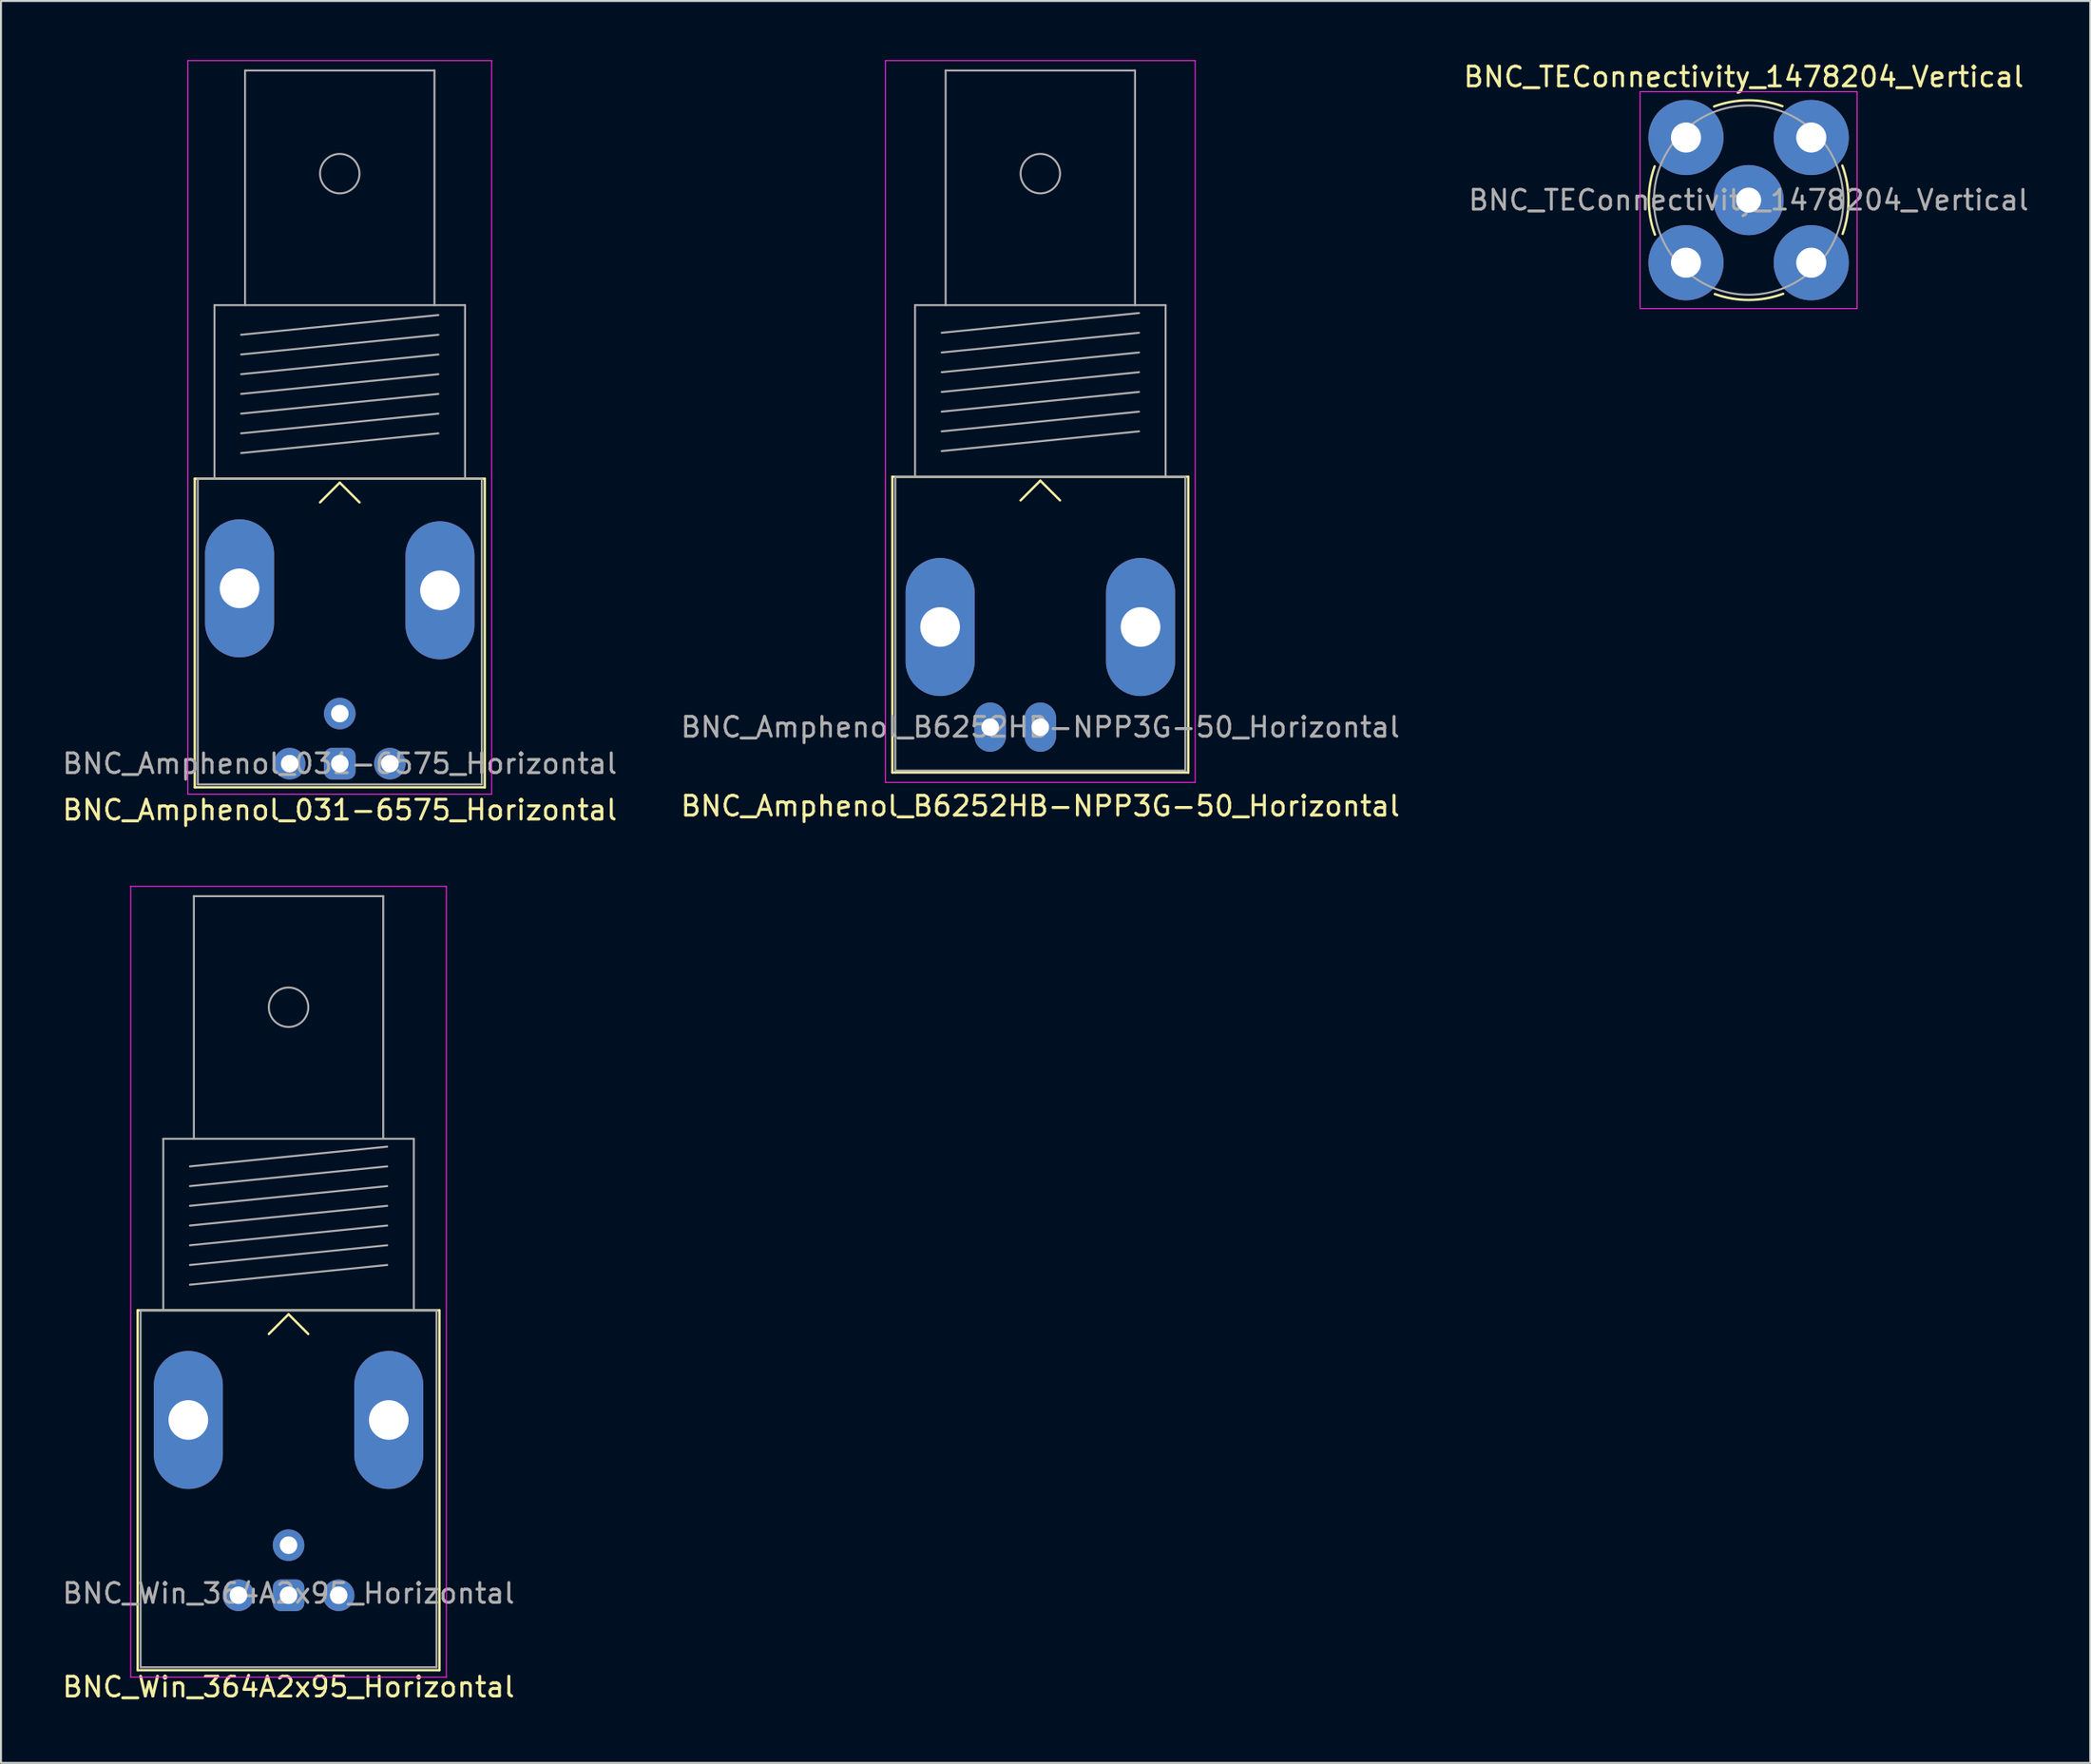
<source format=kicad_pcb>
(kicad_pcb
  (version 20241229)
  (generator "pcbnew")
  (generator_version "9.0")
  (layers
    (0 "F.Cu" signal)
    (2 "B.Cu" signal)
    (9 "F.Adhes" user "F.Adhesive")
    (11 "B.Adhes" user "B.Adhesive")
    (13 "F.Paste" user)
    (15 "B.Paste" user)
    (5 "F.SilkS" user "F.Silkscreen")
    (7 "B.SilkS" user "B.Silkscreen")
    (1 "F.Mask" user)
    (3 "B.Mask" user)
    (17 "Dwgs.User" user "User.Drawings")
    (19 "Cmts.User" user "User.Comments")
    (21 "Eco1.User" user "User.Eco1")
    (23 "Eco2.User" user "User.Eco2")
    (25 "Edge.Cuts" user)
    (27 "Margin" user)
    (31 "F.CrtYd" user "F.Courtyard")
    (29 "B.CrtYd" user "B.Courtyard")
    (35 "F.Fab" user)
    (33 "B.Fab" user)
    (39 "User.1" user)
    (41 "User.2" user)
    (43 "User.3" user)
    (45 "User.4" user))
  (footprint "BNC_Amphenol_B6252HB-NPP3G-50_Horizontal"
    (layer "F.Cu")
    (at 49.685 33.825)
    (property "Reference" "BNC_Amphenol_B6252HB-NPP3G-50_Horizontal" (at 0 4 0) (layer "F.SilkS") (effects (font (size 1 1) (thickness 0.15))))
    (attr through_hole)
    (fp_line (start -7.5 -12.7) (end 7.5 -12.7) (stroke (width 0.12) (type solid)) (layer "F.SilkS"))
    (fp_line (start -7.5 2.3) (end -7.5 -12.7) (stroke (width 0.12) (type solid)) (layer "F.SilkS"))
    (fp_line (start 0 -12.5) (end -1 -11.5) (stroke (width 0.12) (type solid)) (layer "F.SilkS"))
    (fp_line (start 0 -12.5) (end 1 -11.5) (stroke (width 0.12) (type solid)) (layer "F.SilkS"))
    (fp_line (start 7.5 -12.7) (end 7.5 2.3) (stroke (width 0.12) (type solid)) (layer "F.SilkS"))
    (fp_line (start 7.5 2.3) (end -7.5 2.3) (stroke (width 0.12) (type solid)) (layer "F.SilkS"))
    (fp_line (start -7.85 2.8) (end -7.85 -33.8) (stroke (width 0.05) (type solid)) (layer "F.CrtYd"))
    (fp_line (start -7.85 2.8) (end 7.85 2.8) (stroke (width 0.05) (type solid)) (layer "F.CrtYd"))
    (fp_line (start 7.85 -33.8) (end -7.85 -33.8) (stroke (width 0.05) (type solid)) (layer "F.CrtYd"))
    (fp_line (start 7.85 2.8) (end 7.85 -33.8) (stroke (width 0.05) (type solid)) (layer "F.CrtYd"))
    (fp_line (start -7.35 -12.7) (end -7.35 2.2) (stroke (width 0.1) (type solid)) (layer "F.Fab"))
    (fp_line (start -7.35 2.2) (end 7.35 2.2) (stroke (width 0.1) (type solid)) (layer "F.Fab"))
    (fp_line (start -6.35 -21.4) (end -6.35 -12.7) (stroke (width 0.1) (type solid)) (layer "F.Fab"))
    (fp_line (start -5 -20) (end 5 -21) (stroke (width 0.1) (type solid)) (layer "F.Fab"))
    (fp_line (start -5 -19) (end 5 -20) (stroke (width 0.1) (type solid)) (layer "F.Fab"))
    (fp_line (start -5 -18) (end 5 -19) (stroke (width 0.1) (type solid)) (layer "F.Fab"))
    (fp_line (start -5 -17) (end 5 -18) (stroke (width 0.1) (type solid)) (layer "F.Fab"))
    (fp_line (start -5 -16) (end 5 -17) (stroke (width 0.1) (type solid)) (layer "F.Fab"))
    (fp_line (start -5 -15) (end 5 -16) (stroke (width 0.1) (type solid)) (layer "F.Fab"))
    (fp_line (start -5 -14) (end 5 -15) (stroke (width 0.1) (type solid)) (layer "F.Fab"))
    (fp_line (start -4.8 -33.3) (end -4.8 -21.4) (stroke (width 0.1) (type solid)) (layer "F.Fab"))
    (fp_line (start 4.8 -33.3) (end -4.8 -33.3) (stroke (width 0.1) (type solid)) (layer "F.Fab"))
    (fp_line (start 4.8 -21.4) (end 4.8 -33.3) (stroke (width 0.1) (type solid)) (layer "F.Fab"))
    (fp_line (start 6.35 -21.4) (end -6.35 -21.4) (stroke (width 0.1) (type solid)) (layer "F.Fab"))
    (fp_line (start 6.35 -12.7) (end 6.35 -21.4) (stroke (width 0.1) (type solid)) (layer "F.Fab"))
    (fp_line (start 7.35 -12.7) (end -7.35 -12.7) (stroke (width 0.1) (type solid)) (layer "F.Fab"))
    (fp_line (start 7.35 2.2) (end 7.35 -12.7) (stroke (width 0.1) (type solid)) (layer "F.Fab"))
    (fp_circle (center 0 -28.07) (end 1 -28.07) (stroke (width 0.1) (type solid)) (fill no) (layer "F.Fab"))
    (fp_text user "${REFERENCE}" (at 0 0 0) (layer "F.Fab") (effects (font (size 1 1) (thickness 0.15))))
    (pad "1" thru_hole oval (at 0 0) (size 1.6 2.5) (drill 0.89) (layers "*.Cu" "*.Mask"))
    (pad "2" thru_hole oval (at -5.08 -5.08) (size 3.5 7) (drill 2.01) (layers "*.Cu" "*.Mask"))
    (pad "2" thru_hole oval (at -2.54 0) (size 1.6 2.5) (drill 0.89) (layers "*.Cu" "*.Mask"))
    (pad "2" thru_hole oval (at 5.08 -5.08) (size 3.5 7) (drill 2.01) (layers "*.Cu" "*.Mask")))
  (footprint "BNC_TEConnectivity_1478204_Vertical"
    (layer "F.Cu")
    (at 85.589 7.098)
    (property "Reference" "BNC_TEConnectivity_1478204_Vertical" (at -0.25 -6.25 0) (layer "F.SilkS") (effects (font (size 1 1) (thickness 0.15))))
    (attr through_hole)
    (fp_arc (start -4.75 1.75) (mid -5.062075 0.019867) (end -4.763589 -1.712663) (stroke (width 0.12) (type solid)) (layer "F.SilkS"))
    (fp_arc (start -1.75 -4.75) (mid -0.019867 -5.062075) (end 1.712663 -4.763589) (stroke (width 0.12) (type solid)) (layer "F.SilkS"))
    (fp_arc (start 1.75 4.75) (mid 0.019867 5.062075) (end -1.712663 4.763589) (stroke (width 0.12) (type solid)) (layer "F.SilkS"))
    (fp_arc (start 4.75 -1.75) (mid 5.062075 -0.019867) (end 4.763589 1.712663) (stroke (width 0.12) (type solid)) (layer "F.SilkS"))
    (fp_line (start -5.5 -5.5) (end 5.5 -5.5) (stroke (width 0.05) (type solid)) (layer "F.CrtYd"))
    (fp_line (start -5.5 5.5) (end -5.5 -5.5) (stroke (width 0.05) (type solid)) (layer "F.CrtYd"))
    (fp_line (start 5.5 -5.5) (end 5.5 5.5) (stroke (width 0.05) (type solid)) (layer "F.CrtYd"))
    (fp_line (start 5.5 5.5) (end -5.5 5.5) (stroke (width 0.05) (type solid)) (layer "F.CrtYd"))
    (fp_circle (center 0 0) (end 4.8 0) (stroke (width 0.1) (type solid)) (fill no) (layer "F.Fab"))
    (fp_text user "${REFERENCE}" (at 0 0 0) (layer "F.Fab") (effects (font (size 1 1) (thickness 0.15))))
    (pad "1" thru_hole circle (at 0 0) (size 3.556 3.556) (drill 1.27) (layers "*.Cu" "*.Mask"))
    (pad "2" thru_hole circle (at -3.175 -3.175) (size 3.81 3.81) (drill 1.524) (layers "*.Cu" "*.Mask"))
    (pad "2" thru_hole circle (at -3.175 3.175) (size 3.81 3.81) (drill 1.524) (layers "*.Cu" "*.Mask"))
    (pad "2" thru_hole circle (at 3.175 -3.175) (size 3.81 3.81) (drill 1.524) (layers "*.Cu" "*.Mask"))
    (pad "2" thru_hole circle (at 3.175 3.175) (size 3.81 3.81) (drill 1.524) (layers "*.Cu" "*.Mask")))
  (footprint "BNC_Amphenol_031-6575_Horizontal"
    (layer "F.Cu")
    (at 14.173 35.675)
    (property "Reference" "BNC_Amphenol_031-6575_Horizontal" (at 0 2.35 0) (layer "F.SilkS") (effects (font (size 1 1) (thickness 0.15))))
    (attr through_hole)
    (fp_line (start -7.35 -14.45) (end 7.35 -14.45) (stroke (width 0.12) (type solid)) (layer "F.SilkS"))
    (fp_line (start -7.35 1.2) (end -7.35 -14.45) (stroke (width 0.12) (type solid)) (layer "F.SilkS"))
    (fp_line (start 0 -14.25) (end -1 -13.25) (stroke (width 0.12) (type solid)) (layer "F.SilkS"))
    (fp_line (start 0 -14.25) (end 1 -13.25) (stroke (width 0.12) (type solid)) (layer "F.SilkS"))
    (fp_line (start 7.35 -14.45) (end 7.35 1.2) (stroke (width 0.12) (type solid)) (layer "F.SilkS"))
    (fp_line (start 7.35 1.2) (end -7.35 1.2) (stroke (width 0.12) (type solid)) (layer "F.SilkS"))
    (fp_line (start -7.7 1.55) (end -7.7 -35.65) (stroke (width 0.05) (type solid)) (layer "F.CrtYd"))
    (fp_line (start -7.7 1.55) (end 7.7 1.55) (stroke (width 0.05) (type solid)) (layer "F.CrtYd"))
    (fp_line (start 7.7 -35.65) (end -7.7 -35.65) (stroke (width 0.05) (type solid)) (layer "F.CrtYd"))
    (fp_line (start 7.7 1.55) (end 7.7 -35.65) (stroke (width 0.05) (type solid)) (layer "F.CrtYd"))
    (fp_line (start -7.2 -14.45) (end -7.2 1.05) (stroke (width 0.1) (type solid)) (layer "F.Fab"))
    (fp_line (start -7.2 1.05) (end 7.2 1.05) (stroke (width 0.1) (type solid)) (layer "F.Fab"))
    (fp_line (start -6.35 -23.25) (end -6.35 -14.45) (stroke (width 0.1) (type solid)) (layer "F.Fab"))
    (fp_line (start -5 -21.75) (end 5 -22.75) (stroke (width 0.1) (type solid)) (layer "F.Fab"))
    (fp_line (start -5 -20.75) (end 5 -21.75) (stroke (width 0.1) (type solid)) (layer "F.Fab"))
    (fp_line (start -5 -19.75) (end 5 -20.75) (stroke (width 0.1) (type solid)) (layer "F.Fab"))
    (fp_line (start -5 -18.75) (end 5 -19.75) (stroke (width 0.1) (type solid)) (layer "F.Fab"))
    (fp_line (start -5 -17.75) (end 5 -18.75) (stroke (width 0.1) (type solid)) (layer "F.Fab"))
    (fp_line (start -5 -16.75) (end 5 -17.75) (stroke (width 0.1) (type solid)) (layer "F.Fab"))
    (fp_line (start -5 -15.75) (end 5 -16.75) (stroke (width 0.1) (type solid)) (layer "F.Fab"))
    (fp_line (start -4.8 -35.15) (end -4.8 -23.25) (stroke (width 0.1) (type solid)) (layer "F.Fab"))
    (fp_line (start 4.8 -35.15) (end -4.8 -35.15) (stroke (width 0.1) (type solid)) (layer "F.Fab"))
    (fp_line (start 4.8 -23.25) (end 4.8 -35.15) (stroke (width 0.1) (type solid)) (layer "F.Fab"))
    (fp_line (start 6.35 -23.25) (end -6.35 -23.25) (stroke (width 0.1) (type solid)) (layer "F.Fab"))
    (fp_line (start 6.35 -14.45) (end 6.35 -23.25) (stroke (width 0.1) (type solid)) (layer "F.Fab"))
    (fp_line (start 7.2 -14.45) (end -7.2 -14.45) (stroke (width 0.1) (type solid)) (layer "F.Fab"))
    (fp_line (start 7.2 1.05) (end 7.2 -14.45) (stroke (width 0.1) (type solid)) (layer "F.Fab"))
    (fp_circle (center 0 -29.92) (end 1 -29.92) (stroke (width 0.1) (type solid)) (fill no) (layer "F.Fab"))
    (fp_text user "${REFERENCE}" (at 0 0 0) (layer "F.Fab") (effects (font (size 1 1) (thickness 0.15))))
    (pad "" thru_hole oval (at -5.08 -8.89) (size 3.5 7) (drill 2.01) (layers "*.Cu" "*.Mask"))
    (pad "" thru_hole oval (at 5.08 -8.79) (size 3.5 7) (drill 2.01) (layers "*.Cu" "*.Mask"))
    (pad "1" thru_hole roundrect (at 0 0) (size 1.6 1.6) (drill 0.89) (layers "*.Cu" "*.Mask") (roundrect_rratio 0.25))
    (pad "2" thru_hole circle (at -2.54 0) (size 1.6 1.6) (drill 0.89) (layers "*.Cu" "*.Mask"))
    (pad "3" thru_hole circle (at 0 -2.54) (size 1.6 1.6) (drill 0.89) (layers "*.Cu" "*.Mask"))
    (pad "4" thru_hole circle (at 2.54 0) (size 1.6 1.6) (drill 0.89) (layers "*.Cu" "*.Mask")))
  (footprint "BNC_Win_364A2x95_Horizontal"
    (layer "F.Cu")
    (at 11.577 77.848)
    (property "Reference" "BNC_Win_364A2x95_Horizontal" (at 0 4.65 0) (layer "F.SilkS") (effects (font (size 1 1) (thickness 0.15))))
    (attr through_hole)
    (fp_line (start -7.65 -14.45) (end 7.65 -14.45) (stroke (width 0.12) (type solid)) (layer "F.SilkS"))
    (fp_line (start -7.65 3.8) (end -7.65 -14.45) (stroke (width 0.12) (type solid)) (layer "F.SilkS"))
    (fp_line (start 0 -14.25) (end -1 -13.25) (stroke (width 0.12) (type solid)) (layer "F.SilkS"))
    (fp_line (start 0 -14.25) (end 1 -13.25) (stroke (width 0.12) (type solid)) (layer "F.SilkS"))
    (fp_line (start 7.65 -14.45) (end 7.65 3.8) (stroke (width 0.12) (type solid)) (layer "F.SilkS"))
    (fp_line (start 7.65 3.8) (end -7.65 3.8) (stroke (width 0.12) (type solid)) (layer "F.SilkS"))
    (fp_line (start -8 4.15) (end -8 -35.95) (stroke (width 0.05) (type solid)) (layer "F.CrtYd"))
    (fp_line (start -8 4.15) (end 8 4.15) (stroke (width 0.05) (type solid)) (layer "F.CrtYd"))
    (fp_line (start 8 -35.95) (end -8 -35.95) (stroke (width 0.05) (type solid)) (layer "F.CrtYd"))
    (fp_line (start 8 4.17) (end 8 -35.95) (stroke (width 0.05) (type solid)) (layer "F.CrtYd"))
    (fp_line (start -7.5 -14.45) (end -7.5 3.65) (stroke (width 0.1) (type solid)) (layer "F.Fab"))
    (fp_line (start -7.5 3.65) (end 7.5 3.65) (stroke (width 0.1) (type solid)) (layer "F.Fab"))
    (fp_line (start -6.35 -23.15) (end -6.35 -14.45) (stroke (width 0.1) (type solid)) (layer "F.Fab"))
    (fp_line (start -5 -21.75) (end 5 -22.75) (stroke (width 0.1) (type solid)) (layer "F.Fab"))
    (fp_line (start -5 -20.75) (end 5 -21.75) (stroke (width 0.1) (type solid)) (layer "F.Fab"))
    (fp_line (start -5 -19.75) (end 5 -20.75) (stroke (width 0.1) (type solid)) (layer "F.Fab"))
    (fp_line (start -5 -18.75) (end 5 -19.75) (stroke (width 0.1) (type solid)) (layer "F.Fab"))
    (fp_line (start -5 -17.75) (end 5 -18.75) (stroke (width 0.1) (type solid)) (layer "F.Fab"))
    (fp_line (start -5 -16.75) (end 5 -17.75) (stroke (width 0.1) (type solid)) (layer "F.Fab"))
    (fp_line (start -5 -15.75) (end 5 -16.75) (stroke (width 0.1) (type solid)) (layer "F.Fab"))
    (fp_line (start -4.8 -35.45) (end -4.8 -23.15) (stroke (width 0.1) (type solid)) (layer "F.Fab"))
    (fp_line (start 4.8 -35.45) (end -4.8 -35.45) (stroke (width 0.1) (type solid)) (layer "F.Fab"))
    (fp_line (start 4.8 -23.15) (end 4.8 -35.45) (stroke (width 0.1) (type solid)) (layer "F.Fab"))
    (fp_line (start 6.35 -23.15) (end -6.35 -23.15) (stroke (width 0.1) (type solid)) (layer "F.Fab"))
    (fp_line (start 6.35 -14.45) (end 6.35 -23.15) (stroke (width 0.1) (type solid)) (layer "F.Fab"))
    (fp_line (start 7.5 -14.45) (end -7.5 -14.45) (stroke (width 0.1) (type solid)) (layer "F.Fab"))
    (fp_line (start 7.5 3.65) (end 7.5 -14.45) (stroke (width 0.1) (type solid)) (layer "F.Fab"))
    (fp_circle (center 0 -29.82) (end 1 -29.82) (stroke (width 0.1) (type solid)) (fill no) (layer "F.Fab"))
    (fp_text user "${REFERENCE}" (at 0 -0.1 0) (layer "F.Fab") (effects (font (size 1 1) (thickness 0.15))))
    (pad "" thru_hole oval (at -5.08 -8.89) (size 3.5 7) (drill 2.01) (layers "*.Cu" "*.Mask"))
    (pad "" thru_hole oval (at 5.08 -8.89) (size 3.5 7) (drill 2.01) (layers "*.Cu" "*.Mask"))
    (pad "1" thru_hole roundrect (at 0 0) (size 1.6 1.6) (drill 0.89) (layers "*.Cu" "*.Mask") (roundrect_rratio 0.25))
    (pad "2" thru_hole circle (at -2.54 0) (size 1.6 1.6) (drill 0.89) (layers "*.Cu" "*.Mask"))
    (pad "3" thru_hole circle (at 0 -2.54) (size 1.6 1.6) (drill 0.89) (layers "*.Cu" "*.Mask"))
    (pad "4" thru_hole circle (at 2.54 0) (size 1.6 1.6) (drill 0.89) (layers "*.Cu" "*.Mask")))
  (gr_rect
    (start -3 -3)
    (end 102.905 86.347)
    (stroke (width 0.1) (type default))
    (fill no)
    (layer "Edge.Cuts")))
</source>
